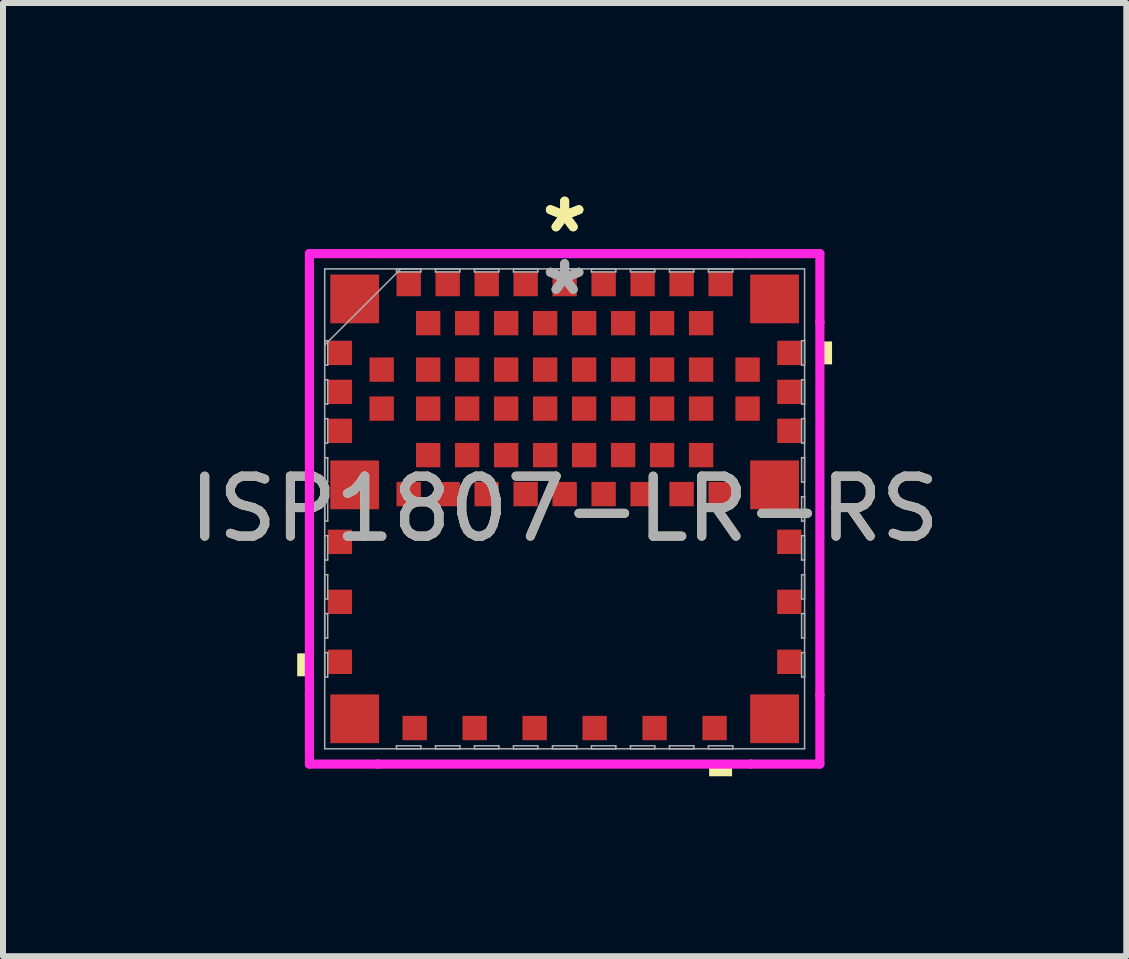
<source format=kicad_pcb>
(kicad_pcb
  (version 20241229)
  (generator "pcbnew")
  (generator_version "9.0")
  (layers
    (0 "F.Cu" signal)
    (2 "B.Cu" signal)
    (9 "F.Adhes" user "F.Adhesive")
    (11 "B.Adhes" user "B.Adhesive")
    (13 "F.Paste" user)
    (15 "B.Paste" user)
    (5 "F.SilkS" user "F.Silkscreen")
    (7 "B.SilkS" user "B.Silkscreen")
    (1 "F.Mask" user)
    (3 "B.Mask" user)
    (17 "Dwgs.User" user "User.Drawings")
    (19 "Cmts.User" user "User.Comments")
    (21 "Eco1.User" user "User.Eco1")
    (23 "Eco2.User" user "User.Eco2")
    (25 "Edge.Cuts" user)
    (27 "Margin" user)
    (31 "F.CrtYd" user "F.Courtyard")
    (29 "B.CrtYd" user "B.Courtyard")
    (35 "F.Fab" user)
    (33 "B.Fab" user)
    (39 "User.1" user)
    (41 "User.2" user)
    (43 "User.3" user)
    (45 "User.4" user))
  (footprint "ISP1807-LR-RS"
    (layer "F.Cu")
    (at 6.363 5.433)
    (property "Reference" "ISP1807-LR-RS" (at 0 0 0) (unlocked yes) (layer "F.SilkS") (effects (font (size 1 1) (thickness 0.15))))
    (attr smd)
    (fp_poly (pts (xy -4.458 2.409) (xy -4.458 2.791) (xy -4.204 2.791) (xy -4.204 2.409)) (stroke (width 0) (type solid)) (fill yes) (layer "F.SilkS"))
    (fp_poly (pts (xy 2.409 4.204) (xy 2.409 4.458) (xy 2.791 4.458) (xy 2.791 4.204)) (stroke (width 0) (type solid)) (fill yes) (layer "F.SilkS"))
    (fp_poly (pts (xy 4.458 -2.791) (xy 4.458 -2.409) (xy 4.204 -2.409) (xy 4.204 -2.791)) (stroke (width 0) (type solid)) (fill yes) (layer "F.SilkS"))
    (fp_line (start -4.255 -4.255) (end -3.108 -4.255) (stroke (width 0.152) (type solid)) (layer "F.CrtYd"))
    (fp_line (start -4.255 -3.108) (end -4.255 -4.255) (stroke (width 0.152) (type solid)) (layer "F.CrtYd"))
    (fp_line (start -4.255 -3.108) (end -4.255 -3.108) (stroke (width 0.152) (type solid)) (layer "F.CrtYd"))
    (fp_line (start -4.255 3.108) (end -4.255 -3.108) (stroke (width 0.152) (type solid)) (layer "F.CrtYd"))
    (fp_line (start -4.255 3.108) (end -4.255 3.108) (stroke (width 0.152) (type solid)) (layer "F.CrtYd"))
    (fp_line (start -4.255 4.255) (end -4.255 3.108) (stroke (width 0.152) (type solid)) (layer "F.CrtYd"))
    (fp_line (start -3.108 -4.255) (end -3.108 -4.255) (stroke (width 0.152) (type solid)) (layer "F.CrtYd"))
    (fp_line (start -3.108 -4.255) (end 3.108 -4.255) (stroke (width 0.152) (type solid)) (layer "F.CrtYd"))
    (fp_line (start -3.108 4.255) (end -4.255 4.255) (stroke (width 0.152) (type solid)) (layer "F.CrtYd"))
    (fp_line (start -3.108 4.255) (end -3.108 4.255) (stroke (width 0.152) (type solid)) (layer "F.CrtYd"))
    (fp_line (start 3.108 -4.255) (end 3.108 -4.255) (stroke (width 0.152) (type solid)) (layer "F.CrtYd"))
    (fp_line (start 3.108 -4.255) (end 4.255 -4.255) (stroke (width 0.152) (type solid)) (layer "F.CrtYd"))
    (fp_line (start 3.108 4.255) (end -3.108 4.255) (stroke (width 0.152) (type solid)) (layer "F.CrtYd"))
    (fp_line (start 3.108 4.255) (end 3.108 4.255) (stroke (width 0.152) (type solid)) (layer "F.CrtYd"))
    (fp_line (start 4.255 -4.255) (end 4.255 -3.108) (stroke (width 0.152) (type solid)) (layer "F.CrtYd"))
    (fp_line (start 4.255 -3.108) (end 4.255 -3.108) (stroke (width 0.152) (type solid)) (layer "F.CrtYd"))
    (fp_line (start 4.255 -3.108) (end 4.255 3.108) (stroke (width 0.152) (type solid)) (layer "F.CrtYd"))
    (fp_line (start 4.255 3.108) (end 4.255 3.108) (stroke (width 0.152) (type solid)) (layer "F.CrtYd"))
    (fp_line (start 4.255 3.108) (end 4.255 4.255) (stroke (width 0.152) (type solid)) (layer "F.CrtYd"))
    (fp_line (start 4.255 4.255) (end 3.108 4.255) (stroke (width 0.152) (type solid)) (layer "F.CrtYd"))
    (fp_line (start -4 -4) (end -4 4) (stroke (width 0.025) (type solid)) (layer "F.Fab"))
    (fp_line (start -4 -2.803) (end -3.95 -2.803) (stroke (width 0.025) (type solid)) (layer "F.Fab"))
    (fp_line (start -4 -2.731) (end -2.731 -4) (stroke (width 0.025) (type solid)) (layer "F.Fab"))
    (fp_line (start -4 -2.397) (end -4 -2.803) (stroke (width 0.025) (type solid)) (layer "F.Fab"))
    (fp_line (start -4 -2.153) (end -3.95 -2.153) (stroke (width 0.025) (type solid)) (layer "F.Fab"))
    (fp_line (start -4 -1.747) (end -4 -2.153) (stroke (width 0.025) (type solid)) (layer "F.Fab"))
    (fp_line (start -4 -1.503) (end -3.95 -1.503) (stroke (width 0.025) (type solid)) (layer "F.Fab"))
    (fp_line (start -4 -1.097) (end -4 -1.503) (stroke (width 0.025) (type solid)) (layer "F.Fab"))
    (fp_line (start -4 -0.853) (end -3.95 -0.853) (stroke (width 0.025) (type solid)) (layer "F.Fab"))
    (fp_line (start -4 -0.447) (end -4 -0.853) (stroke (width 0.025) (type solid)) (layer "F.Fab"))
    (fp_line (start -4 -0.203) (end -3.95 -0.203) (stroke (width 0.025) (type solid)) (layer "F.Fab"))
    (fp_line (start -4 0.203) (end -4 -0.203) (stroke (width 0.025) (type solid)) (layer "F.Fab"))
    (fp_line (start -4 0.447) (end -3.95 0.447) (stroke (width 0.025) (type solid)) (layer "F.Fab"))
    (fp_line (start -4 0.853) (end -4 0.447) (stroke (width 0.025) (type solid)) (layer "F.Fab"))
    (fp_line (start -4 1.097) (end -3.95 1.097) (stroke (width 0.025) (type solid)) (layer "F.Fab"))
    (fp_line (start -4 1.503) (end -4 1.097) (stroke (width 0.025) (type solid)) (layer "F.Fab"))
    (fp_line (start -4 1.747) (end -3.95 1.747) (stroke (width 0.025) (type solid)) (layer "F.Fab"))
    (fp_line (start -4 2.153) (end -4 1.747) (stroke (width 0.025) (type solid)) (layer "F.Fab"))
    (fp_line (start -4 2.397) (end -3.95 2.397) (stroke (width 0.025) (type solid)) (layer "F.Fab"))
    (fp_line (start -4 2.803) (end -4 2.397) (stroke (width 0.025) (type solid)) (layer "F.Fab"))
    (fp_line (start -4 4) (end 4 4) (stroke (width 0.025) (type solid)) (layer "F.Fab"))
    (fp_line (start -3.95 -2.803) (end -3.95 -2.397) (stroke (width 0.025) (type solid)) (layer "F.Fab"))
    (fp_line (start -3.95 -2.397) (end -4 -2.397) (stroke (width 0.025) (type solid)) (layer "F.Fab"))
    (fp_line (start -3.95 -2.153) (end -3.95 -1.747) (stroke (width 0.025) (type solid)) (layer "F.Fab"))
    (fp_line (start -3.95 -1.747) (end -4 -1.747) (stroke (width 0.025) (type solid)) (layer "F.Fab"))
    (fp_line (start -3.95 -1.503) (end -3.95 -1.097) (stroke (width 0.025) (type solid)) (layer "F.Fab"))
    (fp_line (start -3.95 -1.097) (end -4 -1.097) (stroke (width 0.025) (type solid)) (layer "F.Fab"))
    (fp_line (start -3.95 -0.853) (end -3.95 -0.447) (stroke (width 0.025) (type solid)) (layer "F.Fab"))
    (fp_line (start -3.95 -0.447) (end -4 -0.447) (stroke (width 0.025) (type solid)) (layer "F.Fab"))
    (fp_line (start -3.95 -0.203) (end -3.95 0.203) (stroke (width 0.025) (type solid)) (layer "F.Fab"))
    (fp_line (start -3.95 0.203) (end -4 0.203) (stroke (width 0.025) (type solid)) (layer "F.Fab"))
    (fp_line (start -3.95 0.447) (end -3.95 0.853) (stroke (width 0.025) (type solid)) (layer "F.Fab"))
    (fp_line (start -3.95 0.853) (end -4 0.853) (stroke (width 0.025) (type solid)) (layer "F.Fab"))
    (fp_line (start -3.95 1.097) (end -3.95 1.503) (stroke (width 0.025) (type solid)) (layer "F.Fab"))
    (fp_line (start -3.95 1.503) (end -4 1.503) (stroke (width 0.025) (type solid)) (layer "F.Fab"))
    (fp_line (start -3.95 1.747) (end -3.95 2.153) (stroke (width 0.025) (type solid)) (layer "F.Fab"))
    (fp_line (start -3.95 2.153) (end -4 2.153) (stroke (width 0.025) (type solid)) (layer "F.Fab"))
    (fp_line (start -3.95 2.397) (end -3.95 2.803) (stroke (width 0.025) (type solid)) (layer "F.Fab"))
    (fp_line (start -3.95 2.803) (end -4 2.803) (stroke (width 0.025) (type solid)) (layer "F.Fab"))
    (fp_line (start -2.803 -4) (end -2.397 -4) (stroke (width 0.025) (type solid)) (layer "F.Fab"))
    (fp_line (start -2.803 -3.95) (end -2.803 -4) (stroke (width 0.025) (type solid)) (layer "F.Fab"))
    (fp_line (start -2.803 3.95) (end -2.397 3.95) (stroke (width 0.025) (type solid)) (layer "F.Fab"))
    (fp_line (start -2.803 4) (end -2.803 3.95) (stroke (width 0.025) (type solid)) (layer "F.Fab"))
    (fp_line (start -2.397 -4) (end -2.397 -3.95) (stroke (width 0.025) (type solid)) (layer "F.Fab"))
    (fp_line (start -2.397 -3.95) (end -2.803 -3.95) (stroke (width 0.025) (type solid)) (layer "F.Fab"))
    (fp_line (start -2.397 3.95) (end -2.397 4) (stroke (width 0.025) (type solid)) (layer "F.Fab"))
    (fp_line (start -2.397 4) (end -2.803 4) (stroke (width 0.025) (type solid)) (layer "F.Fab"))
    (fp_line (start -2.153 -4) (end -1.747 -4) (stroke (width 0.025) (type solid)) (layer "F.Fab"))
    (fp_line (start -2.153 -3.95) (end -2.153 -4) (stroke (width 0.025) (type solid)) (layer "F.Fab"))
    (fp_line (start -2.153 3.95) (end -1.747 3.95) (stroke (width 0.025) (type solid)) (layer "F.Fab"))
    (fp_line (start -2.153 4) (end -2.153 3.95) (stroke (width 0.025) (type solid)) (layer "F.Fab"))
    (fp_line (start -1.747 -4) (end -1.747 -3.95) (stroke (width 0.025) (type solid)) (layer "F.Fab"))
    (fp_line (start -1.747 -3.95) (end -2.153 -3.95) (stroke (width 0.025) (type solid)) (layer "F.Fab"))
    (fp_line (start -1.747 3.95) (end -1.747 4) (stroke (width 0.025) (type solid)) (layer "F.Fab"))
    (fp_line (start -1.747 4) (end -2.153 4) (stroke (width 0.025) (type solid)) (layer "F.Fab"))
    (fp_line (start -1.503 -4) (end -1.097 -4) (stroke (width 0.025) (type solid)) (layer "F.Fab"))
    (fp_line (start -1.503 -3.95) (end -1.503 -4) (stroke (width 0.025) (type solid)) (layer "F.Fab"))
    (fp_line (start -1.503 3.95) (end -1.097 3.95) (stroke (width 0.025) (type solid)) (layer "F.Fab"))
    (fp_line (start -1.503 4) (end -1.503 3.95) (stroke (width 0.025) (type solid)) (layer "F.Fab"))
    (fp_line (start -1.097 -4) (end -1.097 -3.95) (stroke (width 0.025) (type solid)) (layer "F.Fab"))
    (fp_line (start -1.097 -3.95) (end -1.503 -3.95) (stroke (width 0.025) (type solid)) (layer "F.Fab"))
    (fp_line (start -1.097 3.95) (end -1.097 4) (stroke (width 0.025) (type solid)) (layer "F.Fab"))
    (fp_line (start -1.097 4) (end -1.503 4) (stroke (width 0.025) (type solid)) (layer "F.Fab"))
    (fp_line (start -0.853 -4) (end -0.447 -4) (stroke (width 0.025) (type solid)) (layer "F.Fab"))
    (fp_line (start -0.853 -3.95) (end -0.853 -4) (stroke (width 0.025) (type solid)) (layer "F.Fab"))
    (fp_line (start -0.853 3.95) (end -0.447 3.95) (stroke (width 0.025) (type solid)) (layer "F.Fab"))
    (fp_line (start -0.853 4) (end -0.853 3.95) (stroke (width 0.025) (type solid)) (layer "F.Fab"))
    (fp_line (start -0.447 -4) (end -0.447 -3.95) (stroke (width 0.025) (type solid)) (layer "F.Fab"))
    (fp_line (start -0.447 -3.95) (end -0.853 -3.95) (stroke (width 0.025) (type solid)) (layer "F.Fab"))
    (fp_line (start -0.447 3.95) (end -0.447 4) (stroke (width 0.025) (type solid)) (layer "F.Fab"))
    (fp_line (start -0.447 4) (end -0.853 4) (stroke (width 0.025) (type solid)) (layer "F.Fab"))
    (fp_line (start -0.203 -4) (end 0.203 -4) (stroke (width 0.025) (type solid)) (layer "F.Fab"))
    (fp_line (start -0.203 -3.95) (end -0.203 -4) (stroke (width 0.025) (type solid)) (layer "F.Fab"))
    (fp_line (start -0.203 3.95) (end 0.203 3.95) (stroke (width 0.025) (type solid)) (layer "F.Fab"))
    (fp_line (start -0.203 4) (end -0.203 3.95) (stroke (width 0.025) (type solid)) (layer "F.Fab"))
    (fp_line (start 0.203 -4) (end 0.203 -3.95) (stroke (width 0.025) (type solid)) (layer "F.Fab"))
    (fp_line (start 0.203 -3.95) (end -0.203 -3.95) (stroke (width 0.025) (type solid)) (layer "F.Fab"))
    (fp_line (start 0.203 3.95) (end 0.203 4) (stroke (width 0.025) (type solid)) (layer "F.Fab"))
    (fp_line (start 0.203 4) (end -0.203 4) (stroke (width 0.025) (type solid)) (layer "F.Fab"))
    (fp_line (start 0.447 -4) (end 0.853 -4) (stroke (width 0.025) (type solid)) (layer "F.Fab"))
    (fp_line (start 0.447 -3.95) (end 0.447 -4) (stroke (width 0.025) (type solid)) (layer "F.Fab"))
    (fp_line (start 0.447 3.95) (end 0.853 3.95) (stroke (width 0.025) (type solid)) (layer "F.Fab"))
    (fp_line (start 0.447 4) (end 0.447 3.95) (stroke (width 0.025) (type solid)) (layer "F.Fab"))
    (fp_line (start 0.853 -4) (end 0.853 -3.95) (stroke (width 0.025) (type solid)) (layer "F.Fab"))
    (fp_line (start 0.853 -3.95) (end 0.447 -3.95) (stroke (width 0.025) (type solid)) (layer "F.Fab"))
    (fp_line (start 0.853 3.95) (end 0.853 4) (stroke (width 0.025) (type solid)) (layer "F.Fab"))
    (fp_line (start 0.853 4) (end 0.447 4) (stroke (width 0.025) (type solid)) (layer "F.Fab"))
    (fp_line (start 1.097 -4) (end 1.503 -4) (stroke (width 0.025) (type solid)) (layer "F.Fab"))
    (fp_line (start 1.097 -3.95) (end 1.097 -4) (stroke (width 0.025) (type solid)) (layer "F.Fab"))
    (fp_line (start 1.097 3.95) (end 1.503 3.95) (stroke (width 0.025) (type solid)) (layer "F.Fab"))
    (fp_line (start 1.097 4) (end 1.097 3.95) (stroke (width 0.025) (type solid)) (layer "F.Fab"))
    (fp_line (start 1.503 -4) (end 1.503 -3.95) (stroke (width 0.025) (type solid)) (layer "F.Fab"))
    (fp_line (start 1.503 -3.95) (end 1.097 -3.95) (stroke (width 0.025) (type solid)) (layer "F.Fab"))
    (fp_line (start 1.503 3.95) (end 1.503 4) (stroke (width 0.025) (type solid)) (layer "F.Fab"))
    (fp_line (start 1.503 4) (end 1.097 4) (stroke (width 0.025) (type solid)) (layer "F.Fab"))
    (fp_line (start 1.747 -4) (end 2.153 -4) (stroke (width 0.025) (type solid)) (layer "F.Fab"))
    (fp_line (start 1.747 -3.95) (end 1.747 -4) (stroke (width 0.025) (type solid)) (layer "F.Fab"))
    (fp_line (start 1.747 3.95) (end 2.153 3.95) (stroke (width 0.025) (type solid)) (layer "F.Fab"))
    (fp_line (start 1.747 4) (end 1.747 3.95) (stroke (width 0.025) (type solid)) (layer "F.Fab"))
    (fp_line (start 2.153 -4) (end 2.153 -3.95) (stroke (width 0.025) (type solid)) (layer "F.Fab"))
    (fp_line (start 2.153 -3.95) (end 1.747 -3.95) (stroke (width 0.025) (type solid)) (layer "F.Fab"))
    (fp_line (start 2.153 3.95) (end 2.153 4) (stroke (width 0.025) (type solid)) (layer "F.Fab"))
    (fp_line (start 2.153 4) (end 1.747 4) (stroke (width 0.025) (type solid)) (layer "F.Fab"))
    (fp_line (start 2.397 -4) (end 2.803 -4) (stroke (width 0.025) (type solid)) (layer "F.Fab"))
    (fp_line (start 2.397 -3.95) (end 2.397 -4) (stroke (width 0.025) (type solid)) (layer "F.Fab"))
    (fp_line (start 2.397 3.95) (end 2.803 3.95) (stroke (width 0.025) (type solid)) (layer "F.Fab"))
    (fp_line (start 2.397 4) (end 2.397 3.95) (stroke (width 0.025) (type solid)) (layer "F.Fab"))
    (fp_line (start 2.803 -4) (end 2.803 -3.95) (stroke (width 0.025) (type solid)) (layer "F.Fab"))
    (fp_line (start 2.803 -3.95) (end 2.397 -3.95) (stroke (width 0.025) (type solid)) (layer "F.Fab"))
    (fp_line (start 2.803 3.95) (end 2.803 4) (stroke (width 0.025) (type solid)) (layer "F.Fab"))
    (fp_line (start 2.803 4) (end 2.397 4) (stroke (width 0.025) (type solid)) (layer "F.Fab"))
    (fp_line (start 3.95 -2.803) (end 4 -2.803) (stroke (width 0.025) (type solid)) (layer "F.Fab"))
    (fp_line (start 3.95 -2.397) (end 3.95 -2.803) (stroke (width 0.025) (type solid)) (layer "F.Fab"))
    (fp_line (start 3.95 -2.153) (end 4 -2.153) (stroke (width 0.025) (type solid)) (layer "F.Fab"))
    (fp_line (start 3.95 -1.747) (end 3.95 -2.153) (stroke (width 0.025) (type solid)) (layer "F.Fab"))
    (fp_line (start 3.95 -1.503) (end 4 -1.503) (stroke (width 0.025) (type solid)) (layer "F.Fab"))
    (fp_line (start 3.95 -1.097) (end 3.95 -1.503) (stroke (width 0.025) (type solid)) (layer "F.Fab"))
    (fp_line (start 3.95 -0.853) (end 4 -0.853) (stroke (width 0.025) (type solid)) (layer "F.Fab"))
    (fp_line (start 3.95 -0.447) (end 3.95 -0.853) (stroke (width 0.025) (type solid)) (layer "F.Fab"))
    (fp_line (start 3.95 -0.203) (end 4 -0.203) (stroke (width 0.025) (type solid)) (layer "F.Fab"))
    (fp_line (start 3.95 0.203) (end 3.95 -0.203) (stroke (width 0.025) (type solid)) (layer "F.Fab"))
    (fp_line (start 3.95 0.447) (end 4 0.447) (stroke (width 0.025) (type solid)) (layer "F.Fab"))
    (fp_line (start 3.95 0.853) (end 3.95 0.447) (stroke (width 0.025) (type solid)) (layer "F.Fab"))
    (fp_line (start 3.95 1.097) (end 4 1.097) (stroke (width 0.025) (type solid)) (layer "F.Fab"))
    (fp_line (start 3.95 1.503) (end 3.95 1.097) (stroke (width 0.025) (type solid)) (layer "F.Fab"))
    (fp_line (start 3.95 1.747) (end 4 1.747) (stroke (width 0.025) (type solid)) (layer "F.Fab"))
    (fp_line (start 3.95 2.153) (end 3.95 1.747) (stroke (width 0.025) (type solid)) (layer "F.Fab"))
    (fp_line (start 3.95 2.397) (end 4 2.397) (stroke (width 0.025) (type solid)) (layer "F.Fab"))
    (fp_line (start 3.95 2.803) (end 3.95 2.397) (stroke (width 0.025) (type solid)) (layer "F.Fab"))
    (fp_line (start 4 -4) (end -4 -4) (stroke (width 0.025) (type solid)) (layer "F.Fab"))
    (fp_line (start 4 -2.803) (end 4 -2.397) (stroke (width 0.025) (type solid)) (layer "F.Fab"))
    (fp_line (start 4 -2.397) (end 3.95 -2.397) (stroke (width 0.025) (type solid)) (layer "F.Fab"))
    (fp_line (start 4 -2.153) (end 4 -1.747) (stroke (width 0.025) (type solid)) (layer "F.Fab"))
    (fp_line (start 4 -1.747) (end 3.95 -1.747) (stroke (width 0.025) (type solid)) (layer "F.Fab"))
    (fp_line (start 4 -1.503) (end 4 -1.097) (stroke (width 0.025) (type solid)) (layer "F.Fab"))
    (fp_line (start 4 -1.097) (end 3.95 -1.097) (stroke (width 0.025) (type solid)) (layer "F.Fab"))
    (fp_line (start 4 -0.853) (end 4 -0.447) (stroke (width 0.025) (type solid)) (layer "F.Fab"))
    (fp_line (start 4 -0.447) (end 3.95 -0.447) (stroke (width 0.025) (type solid)) (layer "F.Fab"))
    (fp_line (start 4 -0.203) (end 4 0.203) (stroke (width 0.025) (type solid)) (layer "F.Fab"))
    (fp_line (start 4 0.203) (end 3.95 0.203) (stroke (width 0.025) (type solid)) (layer "F.Fab"))
    (fp_line (start 4 0.447) (end 4 0.853) (stroke (width 0.025) (type solid)) (layer "F.Fab"))
    (fp_line (start 4 0.853) (end 3.95 0.853) (stroke (width 0.025) (type solid)) (layer "F.Fab"))
    (fp_line (start 4 1.097) (end 4 1.503) (stroke (width 0.025) (type solid)) (layer "F.Fab"))
    (fp_line (start 4 1.503) (end 3.95 1.503) (stroke (width 0.025) (type solid)) (layer "F.Fab"))
    (fp_line (start 4 1.747) (end 4 2.153) (stroke (width 0.025) (type solid)) (layer "F.Fab"))
    (fp_line (start 4 2.153) (end 3.95 2.153) (stroke (width 0.025) (type solid)) (layer "F.Fab"))
    (fp_line (start 4 2.397) (end 4 2.803) (stroke (width 0.025) (type solid)) (layer "F.Fab"))
    (fp_line (start 4 2.803) (end 3.95 2.803) (stroke (width 0.025) (type solid)) (layer "F.Fab"))
    (fp_line (start 4 4) (end 4 -4) (stroke (width 0.025) (type solid)) (layer "F.Fab"))
    (fp_text user "*" (at 0 -4.585 0) (unlocked yes) (layer "F.SilkS") (effects (font (size 1 1) (thickness 0.15))))
    (fp_text user "*" (at 0 -4.585 0) (layer "F.SilkS") (effects (font (size 1 1) (thickness 0.15))))
    (fp_text user "*" (at 0 -3.543 0) (unlocked yes) (layer "F.Fab") (effects (font (size 1 1) (thickness 0.15))))
    (fp_text user "*" (at 0 -3.543 0) (layer "F.Fab") (effects (font (size 1 1) (thickness 0.15))))
    (fp_text user "${REFERENCE}" (at 0 0 0) (unlocked yes) (layer "F.Fab") (effects (font (size 1 1) (thickness 0.15))))
    (pad "1" smd rect (at -3.5 -3.5) (size 0.813 0.813) (layers "F.Cu" "F.Mask" "F.Paste"))
    (pad "2" smd rect (at -3.747 -2.6 90) (size 0.406 0.406) (layers "F.Cu" "F.Mask" "F.Paste"))
    (pad "3" smd rect (at -3.05 -2.321) (size 0.406 0.406) (layers "F.Cu" "F.Mask" "F.Paste"))
    (pad "4" smd rect (at -3.747 -1.95 90) (size 0.406 0.406) (layers "F.Cu" "F.Mask" "F.Paste"))
    (pad "5" smd rect (at -3.05 -1.671) (size 0.406 0.406) (layers "F.Cu" "F.Mask" "F.Paste"))
    (pad "6" smd rect (at -3.747 -1.3 90) (size 0.406 0.406) (layers "F.Cu" "F.Mask" "F.Paste"))
    (pad "7" smd rect (at -3.5 -0.4) (size 0.813 0.813) (layers "F.Cu" "F.Mask" "F.Paste"))
    (pad "8" smd rect (at -2.6 -0.246) (size 0.406 0.406) (layers "F.Cu" "F.Mask" "F.Paste"))
    (pad "9" smd rect (at -2.275 -0.896) (size 0.406 0.406) (layers "F.Cu" "F.Mask" "F.Paste"))
    (pad "10" smd rect (at -1.95 -0.246) (size 0.406 0.406) (layers "F.Cu" "F.Mask" "F.Paste"))
    (pad "11" smd rect (at -1.625 -0.896) (size 0.406 0.406) (layers "F.Cu" "F.Mask" "F.Paste"))
    (pad "12" smd rect (at -1.3 -0.246) (size 0.406 0.406) (layers "F.Cu" "F.Mask" "F.Paste"))
    (pad "13" smd rect (at -0.975 -0.896) (size 0.406 0.406) (layers "F.Cu" "F.Mask" "F.Paste"))
    (pad "14" smd rect (at -0.65 -0.246) (size 0.406 0.406) (layers "F.Cu" "F.Mask" "F.Paste"))
    (pad "15" smd rect (at -0.325 -0.896) (size 0.406 0.406) (layers "F.Cu" "F.Mask" "F.Paste"))
    (pad "16" smd rect (at 0 -0.246) (size 0.406 0.406) (layers "F.Cu" "F.Mask" "F.Paste"))
    (pad "17" smd rect (at 0.325 -0.896) (size 0.406 0.406) (layers "F.Cu" "F.Mask" "F.Paste"))
    (pad "18" smd rect (at 0.65 -0.246) (size 0.406 0.406) (layers "F.Cu" "F.Mask" "F.Paste"))
    (pad "19" smd rect (at 0.975 -0.896) (size 0.406 0.406) (layers "F.Cu" "F.Mask" "F.Paste"))
    (pad "20" smd rect (at 1.3 -0.246) (size 0.406 0.406) (layers "F.Cu" "F.Mask" "F.Paste"))
    (pad "21" smd rect (at 1.625 -0.896) (size 0.406 0.406) (layers "F.Cu" "F.Mask" "F.Paste"))
    (pad "22" smd rect (at 1.95 -0.246) (size 0.406 0.406) (layers "F.Cu" "F.Mask" "F.Paste"))
    (pad "23" smd rect (at 2.275 -0.896) (size 0.406 0.406) (layers "F.Cu" "F.Mask" "F.Paste"))
    (pad "24" smd rect (at 2.6 -0.246) (size 0.406 0.406) (layers "F.Cu" "F.Mask" "F.Paste"))
    (pad "25" smd rect (at 3.5 -0.4) (size 0.813 0.813) (layers "F.Cu" "F.Mask" "F.Paste"))
    (pad "26" smd rect (at 3.747 -1.3 90) (size 0.406 0.406) (layers "F.Cu" "F.Mask" "F.Paste"))
    (pad "27" smd rect (at 3.05 -1.671) (size 0.406 0.406) (layers "F.Cu" "F.Mask" "F.Paste"))
    (pad "28" smd rect (at 3.747 -1.95 90) (size 0.406 0.406) (layers "F.Cu" "F.Mask" "F.Paste"))
    (pad "29" smd rect (at 3.05 -2.321) (size 0.406 0.406) (layers "F.Cu" "F.Mask" "F.Paste"))
    (pad "30" smd rect (at 3.747 -2.6 90) (size 0.406 0.406) (layers "F.Cu" "F.Mask" "F.Paste"))
    (pad "31" smd rect (at 3.5 -3.5) (size 0.813 0.813) (layers "F.Cu" "F.Mask" "F.Paste"))
    (pad "32" smd rect (at 2.6 -3.747) (size 0.406 0.406) (layers "F.Cu" "F.Mask" "F.Paste"))
    (pad "33" smd rect (at 2.275 -3.096) (size 0.406 0.406) (layers "F.Cu" "F.Mask" "F.Paste"))
    (pad "34" smd rect (at 1.95 -3.747) (size 0.406 0.406) (layers "F.Cu" "F.Mask" "F.Paste"))
    (pad "35" smd rect (at 1.625 -3.096) (size 0.406 0.406) (layers "F.Cu" "F.Mask" "F.Paste"))
    (pad "36" smd rect (at 1.3 -3.747) (size 0.406 0.406) (layers "F.Cu" "F.Mask" "F.Paste"))
    (pad "37" smd rect (at 0.975 -3.096) (size 0.406 0.406) (layers "F.Cu" "F.Mask" "F.Paste"))
    (pad "38" smd rect (at 0.65 -3.747) (size 0.406 0.406) (layers "F.Cu" "F.Mask" "F.Paste"))
    (pad "39" smd rect (at 0.325 -3.096) (size 0.406 0.406) (layers "F.Cu" "F.Mask" "F.Paste"))
    (pad "40" smd rect (at 0 -3.747) (size 0.406 0.406) (layers "F.Cu" "F.Mask" "F.Paste"))
    (pad "41" smd rect (at -0.325 -3.096) (size 0.406 0.406) (layers "F.Cu" "F.Mask" "F.Paste"))
    (pad "42" smd rect (at -0.65 -3.747) (size 0.406 0.406) (layers "F.Cu" "F.Mask" "F.Paste"))
    (pad "43" smd rect (at -0.975 -3.096) (size 0.406 0.406) (layers "F.Cu" "F.Mask" "F.Paste"))
    (pad "44" smd rect (at -1.3 -3.747) (size 0.406 0.406) (layers "F.Cu" "F.Mask" "F.Paste"))
    (pad "45" smd rect (at -1.625 -3.096) (size 0.406 0.406) (layers "F.Cu" "F.Mask" "F.Paste"))
    (pad "46" smd rect (at -1.95 -3.747) (size 0.406 0.406) (layers "F.Cu" "F.Mask" "F.Paste"))
    (pad "47" smd rect (at -2.275 -3.096) (size 0.406 0.406) (layers "F.Cu" "F.Mask" "F.Paste"))
    (pad "48" smd rect (at -2.6 -3.747) (size 0.406 0.406) (layers "F.Cu" "F.Mask" "F.Paste"))
    (pad "49" smd rect (at 2.275 -2.321) (size 0.406 0.406) (layers "F.Cu" "F.Mask" "F.Paste"))
    (pad "50" smd rect (at 1.625 -2.321) (size 0.406 0.406) (layers "F.Cu" "F.Mask" "F.Paste"))
    (pad "51" smd rect (at 0.975 -2.321) (size 0.406 0.406) (layers "F.Cu" "F.Mask" "F.Paste"))
    (pad "52" smd rect (at 0.325 -2.321) (size 0.406 0.406) (layers "F.Cu" "F.Mask" "F.Paste"))
    (pad "53" smd rect (at -0.325 -2.321) (size 0.406 0.406) (layers "F.Cu" "F.Mask" "F.Paste"))
    (pad "54" smd rect (at -0.975 -2.321) (size 0.406 0.406) (layers "F.Cu" "F.Mask" "F.Paste"))
    (pad "55" smd rect (at -1.625 -2.321) (size 0.406 0.406) (layers "F.Cu" "F.Mask" "F.Paste"))
    (pad "56" smd rect (at -2.275 -2.321) (size 0.406 0.406) (layers "F.Cu" "F.Mask" "F.Paste"))
    (pad "57" smd rect (at 2.275 -1.671) (size 0.406 0.406) (layers "F.Cu" "F.Mask" "F.Paste"))
    (pad "58" smd rect (at 1.625 -1.671) (size 0.406 0.406) (layers "F.Cu" "F.Mask" "F.Paste"))
    (pad "59" smd rect (at 0.975 -1.671) (size 0.406 0.406) (layers "F.Cu" "F.Mask" "F.Paste"))
    (pad "60" smd rect (at 0.325 -1.671) (size 0.406 0.406) (layers "F.Cu" "F.Mask" "F.Paste"))
    (pad "61" smd rect (at -0.325 -1.671) (size 0.406 0.406) (layers "F.Cu" "F.Mask" "F.Paste"))
    (pad "62" smd rect (at -0.975 -1.671) (size 0.406 0.406) (layers "F.Cu" "F.Mask" "F.Paste"))
    (pad "63" smd rect (at -1.625 -1.671) (size 0.406 0.406) (layers "F.Cu" "F.Mask" "F.Paste"))
    (pad "64" smd rect (at -2.275 -1.671) (size 0.406 0.406) (layers "F.Cu" "F.Mask" "F.Paste"))
    (pad "65" smd rect (at -3.747 0.55 90) (size 0.406 0.406) (layers "F.Cu" "F.Mask" "F.Paste"))
    (pad "66" smd rect (at -3.747 1.55 90) (size 0.406 0.406) (layers "F.Cu" "F.Mask" "F.Paste"))
    (pad "67" smd rect (at -3.747 2.55 90) (size 0.406 0.406) (layers "F.Cu" "F.Mask" "F.Paste"))
    (pad "68" smd rect (at -3.5 3.5) (size 0.813 0.813) (layers "F.Cu" "F.Mask" "F.Paste"))
    (pad "69" smd rect (at -2.5 3.654) (size 0.406 0.406) (layers "F.Cu" "F.Mask" "F.Paste"))
    (pad "70" smd rect (at -1.5 3.654) (size 0.406 0.406) (layers "F.Cu" "F.Mask" "F.Paste"))
    (pad "71" smd rect (at -0.5 3.654) (size 0.406 0.406) (layers "F.Cu" "F.Mask" "F.Paste"))
    (pad "72" smd rect (at 0.5 3.654) (size 0.406 0.406) (layers "F.Cu" "F.Mask" "F.Paste"))
    (pad "73" smd rect (at 1.5 3.654) (size 0.406 0.406) (layers "F.Cu" "F.Mask" "F.Paste"))
    (pad "74" smd rect (at 2.5 3.654) (size 0.406 0.406) (layers "F.Cu" "F.Mask" "F.Paste"))
    (pad "75" smd rect (at 3.5 3.5) (size 0.813 0.813) (layers "F.Cu" "F.Mask" "F.Paste"))
    (pad "76" smd rect (at 3.746 2.55 90) (size 0.406 0.406) (layers "F.Cu" "F.Mask" "F.Paste"))
    (pad "77" smd rect (at 3.746 1.55 90) (size 0.406 0.406) (layers "F.Cu" "F.Mask" "F.Paste"))
    (pad "78" smd rect (at 3.746 0.55 90) (size 0.406 0.406) (layers "F.Cu" "F.Mask" "F.Paste")))
  (gr_rect
    (start -3 -3)
    (end 15.726 12.891)
    (stroke (width 0.1) (type default))
    (fill no)
    (layer "Edge.Cuts")))
</source>
